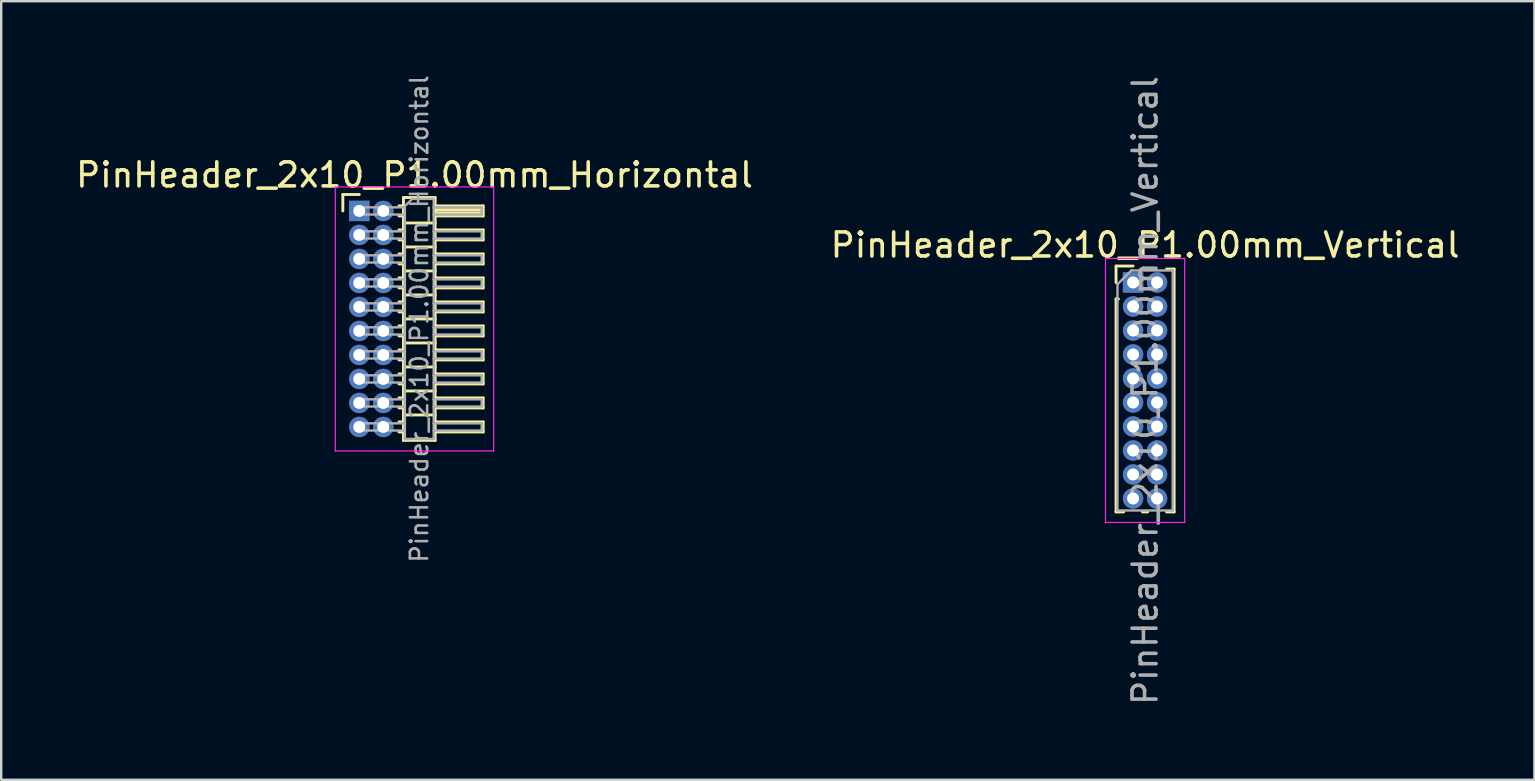
<source format=kicad_pcb>
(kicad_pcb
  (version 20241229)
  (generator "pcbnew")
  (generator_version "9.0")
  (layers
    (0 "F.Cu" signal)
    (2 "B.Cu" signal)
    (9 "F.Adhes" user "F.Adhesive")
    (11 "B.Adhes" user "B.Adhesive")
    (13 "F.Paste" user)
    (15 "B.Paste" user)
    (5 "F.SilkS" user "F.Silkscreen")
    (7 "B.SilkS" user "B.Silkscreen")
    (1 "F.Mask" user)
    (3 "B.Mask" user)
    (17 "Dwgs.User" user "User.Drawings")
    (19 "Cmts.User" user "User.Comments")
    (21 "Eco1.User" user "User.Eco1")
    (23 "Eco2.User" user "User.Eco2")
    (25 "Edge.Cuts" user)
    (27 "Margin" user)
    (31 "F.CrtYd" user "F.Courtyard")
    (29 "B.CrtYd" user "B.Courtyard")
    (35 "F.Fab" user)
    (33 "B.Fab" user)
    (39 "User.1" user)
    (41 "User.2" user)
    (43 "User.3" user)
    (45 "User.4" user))
  (footprint "PinHeader_2x10_P1.00mm_Horizontal"
    (layer "F.Cu")
    (at 11.92 5.739)
    (property "Reference" "PinHeader_2x10_P1.00mm_Horizontal" (at 2.3 -1.5 0) (layer "F.SilkS") (effects (font (size 1 1) (thickness 0.15))))
    (attr through_hole)
    (fp_line (start -0.685 -0.685) (end 0 -0.685) (stroke (width 0.12) (type solid)) (layer "F.SilkS"))
    (fp_line (start -0.685 0) (end -0.685 -0.685) (stroke (width 0.12) (type solid)) (layer "F.SilkS"))
    (fp_line (start 1.652 -0.21) (end 1.84 -0.21) (stroke (width 0.12) (type solid)) (layer "F.SilkS"))
    (fp_line (start 1.652 0.21) (end 1.84 0.21) (stroke (width 0.12) (type solid)) (layer "F.SilkS"))
    (fp_line (start 1.652 0.79) (end 1.84 0.79) (stroke (width 0.12) (type solid)) (layer "F.SilkS"))
    (fp_line (start 1.652 1.21) (end 1.84 1.21) (stroke (width 0.12) (type solid)) (layer "F.SilkS"))
    (fp_line (start 1.652 1.79) (end 1.84 1.79) (stroke (width 0.12) (type solid)) (layer "F.SilkS"))
    (fp_line (start 1.652 2.21) (end 1.84 2.21) (stroke (width 0.12) (type solid)) (layer "F.SilkS"))
    (fp_line (start 1.652 2.79) (end 1.84 2.79) (stroke (width 0.12) (type solid)) (layer "F.SilkS"))
    (fp_line (start 1.652 3.21) (end 1.84 3.21) (stroke (width 0.12) (type solid)) (layer "F.SilkS"))
    (fp_line (start 1.652 3.79) (end 1.84 3.79) (stroke (width 0.12) (type solid)) (layer "F.SilkS"))
    (fp_line (start 1.652 4.21) (end 1.84 4.21) (stroke (width 0.12) (type solid)) (layer "F.SilkS"))
    (fp_line (start 1.652 4.79) (end 1.84 4.79) (stroke (width 0.12) (type solid)) (layer "F.SilkS"))
    (fp_line (start 1.652 5.21) (end 1.84 5.21) (stroke (width 0.12) (type solid)) (layer "F.SilkS"))
    (fp_line (start 1.652 5.79) (end 1.84 5.79) (stroke (width 0.12) (type solid)) (layer "F.SilkS"))
    (fp_line (start 1.652 6.21) (end 1.84 6.21) (stroke (width 0.12) (type solid)) (layer "F.SilkS"))
    (fp_line (start 1.652 6.79) (end 1.84 6.79) (stroke (width 0.12) (type solid)) (layer "F.SilkS"))
    (fp_line (start 1.652 7.21) (end 1.84 7.21) (stroke (width 0.12) (type solid)) (layer "F.SilkS"))
    (fp_line (start 1.652 7.79) (end 1.84 7.79) (stroke (width 0.12) (type solid)) (layer "F.SilkS"))
    (fp_line (start 1.652 8.21) (end 1.84 8.21) (stroke (width 0.12) (type solid)) (layer "F.SilkS"))
    (fp_line (start 1.652 8.79) (end 1.84 8.79) (stroke (width 0.12) (type solid)) (layer "F.SilkS"))
    (fp_line (start 1.652 9.21) (end 1.84 9.21) (stroke (width 0.12) (type solid)) (layer "F.SilkS"))
    (fp_line (start 1.84 -0.56) (end 1.84 9.56) (stroke (width 0.12) (type solid)) (layer "F.SilkS"))
    (fp_line (start 1.84 0.5) (end 3.16 0.5) (stroke (width 0.12) (type solid)) (layer "F.SilkS"))
    (fp_line (start 1.84 1.5) (end 3.16 1.5) (stroke (width 0.12) (type solid)) (layer "F.SilkS"))
    (fp_line (start 1.84 2.5) (end 3.16 2.5) (stroke (width 0.12) (type solid)) (layer "F.SilkS"))
    (fp_line (start 1.84 3.5) (end 3.16 3.5) (stroke (width 0.12) (type solid)) (layer "F.SilkS"))
    (fp_line (start 1.84 4.5) (end 3.16 4.5) (stroke (width 0.12) (type solid)) (layer "F.SilkS"))
    (fp_line (start 1.84 5.5) (end 3.16 5.5) (stroke (width 0.12) (type solid)) (layer "F.SilkS"))
    (fp_line (start 1.84 6.5) (end 3.16 6.5) (stroke (width 0.12) (type solid)) (layer "F.SilkS"))
    (fp_line (start 1.84 7.5) (end 3.16 7.5) (stroke (width 0.12) (type solid)) (layer "F.SilkS"))
    (fp_line (start 1.84 8.5) (end 3.16 8.5) (stroke (width 0.12) (type solid)) (layer "F.SilkS"))
    (fp_line (start 1.84 9.56) (end 3.16 9.56) (stroke (width 0.12) (type solid)) (layer "F.SilkS"))
    (fp_line (start 3.16 -0.56) (end 1.84 -0.56) (stroke (width 0.12) (type solid)) (layer "F.SilkS"))
    (fp_line (start 3.16 -0.21) (end 5.16 -0.21) (stroke (width 0.12) (type solid)) (layer "F.SilkS"))
    (fp_line (start 3.16 -0.15) (end 5.16 -0.15) (stroke (width 0.12) (type solid)) (layer "F.SilkS"))
    (fp_line (start 3.16 -0.03) (end 5.16 -0.03) (stroke (width 0.12) (type solid)) (layer "F.SilkS"))
    (fp_line (start 3.16 0.09) (end 5.16 0.09) (stroke (width 0.12) (type solid)) (layer "F.SilkS"))
    (fp_line (start 3.16 0.79) (end 5.16 0.79) (stroke (width 0.12) (type solid)) (layer "F.SilkS"))
    (fp_line (start 3.16 1.79) (end 5.16 1.79) (stroke (width 0.12) (type solid)) (layer "F.SilkS"))
    (fp_line (start 3.16 2.79) (end 5.16 2.79) (stroke (width 0.12) (type solid)) (layer "F.SilkS"))
    (fp_line (start 3.16 3.79) (end 5.16 3.79) (stroke (width 0.12) (type solid)) (layer "F.SilkS"))
    (fp_line (start 3.16 4.79) (end 5.16 4.79) (stroke (width 0.12) (type solid)) (layer "F.SilkS"))
    (fp_line (start 3.16 5.79) (end 5.16 5.79) (stroke (width 0.12) (type solid)) (layer "F.SilkS"))
    (fp_line (start 3.16 6.79) (end 5.16 6.79) (stroke (width 0.12) (type solid)) (layer "F.SilkS"))
    (fp_line (start 3.16 7.79) (end 5.16 7.79) (stroke (width 0.12) (type solid)) (layer "F.SilkS"))
    (fp_line (start 3.16 8.79) (end 5.16 8.79) (stroke (width 0.12) (type solid)) (layer "F.SilkS"))
    (fp_line (start 3.16 9.56) (end 3.16 -0.56) (stroke (width 0.12) (type solid)) (layer "F.SilkS"))
    (fp_line (start 5.16 -0.21) (end 5.16 0.21) (stroke (width 0.12) (type solid)) (layer "F.SilkS"))
    (fp_line (start 5.16 0.21) (end 3.16 0.21) (stroke (width 0.12) (type solid)) (layer "F.SilkS"))
    (fp_line (start 5.16 0.79) (end 5.16 1.21) (stroke (width 0.12) (type solid)) (layer "F.SilkS"))
    (fp_line (start 5.16 1.21) (end 3.16 1.21) (stroke (width 0.12) (type solid)) (layer "F.SilkS"))
    (fp_line (start 5.16 1.79) (end 5.16 2.21) (stroke (width 0.12) (type solid)) (layer "F.SilkS"))
    (fp_line (start 5.16 2.21) (end 3.16 2.21) (stroke (width 0.12) (type solid)) (layer "F.SilkS"))
    (fp_line (start 5.16 2.79) (end 5.16 3.21) (stroke (width 0.12) (type solid)) (layer "F.SilkS"))
    (fp_line (start 5.16 3.21) (end 3.16 3.21) (stroke (width 0.12) (type solid)) (layer "F.SilkS"))
    (fp_line (start 5.16 3.79) (end 5.16 4.21) (stroke (width 0.12) (type solid)) (layer "F.SilkS"))
    (fp_line (start 5.16 4.21) (end 3.16 4.21) (stroke (width 0.12) (type solid)) (layer "F.SilkS"))
    (fp_line (start 5.16 4.79) (end 5.16 5.21) (stroke (width 0.12) (type solid)) (layer "F.SilkS"))
    (fp_line (start 5.16 5.21) (end 3.16 5.21) (stroke (width 0.12) (type solid)) (layer "F.SilkS"))
    (fp_line (start 5.16 5.79) (end 5.16 6.21) (stroke (width 0.12) (type solid)) (layer "F.SilkS"))
    (fp_line (start 5.16 6.21) (end 3.16 6.21) (stroke (width 0.12) (type solid)) (layer "F.SilkS"))
    (fp_line (start 5.16 6.79) (end 5.16 7.21) (stroke (width 0.12) (type solid)) (layer "F.SilkS"))
    (fp_line (start 5.16 7.21) (end 3.16 7.21) (stroke (width 0.12) (type solid)) (layer "F.SilkS"))
    (fp_line (start 5.16 7.79) (end 5.16 8.21) (stroke (width 0.12) (type solid)) (layer "F.SilkS"))
    (fp_line (start 5.16 8.21) (end 3.16 8.21) (stroke (width 0.12) (type solid)) (layer "F.SilkS"))
    (fp_line (start 5.16 8.79) (end 5.16 9.21) (stroke (width 0.12) (type solid)) (layer "F.SilkS"))
    (fp_line (start 5.16 9.21) (end 3.16 9.21) (stroke (width 0.12) (type solid)) (layer "F.SilkS"))
    (fp_line (start -1 -1) (end -1 10) (stroke (width 0.05) (type solid)) (layer "F.CrtYd"))
    (fp_line (start -1 10) (end 5.6 10) (stroke (width 0.05) (type solid)) (layer "F.CrtYd"))
    (fp_line (start 5.6 -1) (end -1 -1) (stroke (width 0.05) (type solid)) (layer "F.CrtYd"))
    (fp_line (start 5.6 10) (end 5.6 -1) (stroke (width 0.05) (type solid)) (layer "F.CrtYd"))
    (fp_line (start -0.15 -0.15) (end -0.15 0.15) (stroke (width 0.1) (type solid)) (layer "F.Fab"))
    (fp_line (start -0.15 -0.15) (end 1.9 -0.15) (stroke (width 0.1) (type solid)) (layer "F.Fab"))
    (fp_line (start -0.15 0.15) (end 1.9 0.15) (stroke (width 0.1) (type solid)) (layer "F.Fab"))
    (fp_line (start -0.15 0.85) (end -0.15 1.15) (stroke (width 0.1) (type solid)) (layer "F.Fab"))
    (fp_line (start -0.15 0.85) (end 1.9 0.85) (stroke (width 0.1) (type solid)) (layer "F.Fab"))
    (fp_line (start -0.15 1.15) (end 1.9 1.15) (stroke (width 0.1) (type solid)) (layer "F.Fab"))
    (fp_line (start -0.15 1.85) (end -0.15 2.15) (stroke (width 0.1) (type solid)) (layer "F.Fab"))
    (fp_line (start -0.15 1.85) (end 1.9 1.85) (stroke (width 0.1) (type solid)) (layer "F.Fab"))
    (fp_line (start -0.15 2.15) (end 1.9 2.15) (stroke (width 0.1) (type solid)) (layer "F.Fab"))
    (fp_line (start -0.15 2.85) (end -0.15 3.15) (stroke (width 0.1) (type solid)) (layer "F.Fab"))
    (fp_line (start -0.15 2.85) (end 1.9 2.85) (stroke (width 0.1) (type solid)) (layer "F.Fab"))
    (fp_line (start -0.15 3.15) (end 1.9 3.15) (stroke (width 0.1) (type solid)) (layer "F.Fab"))
    (fp_line (start -0.15 3.85) (end -0.15 4.15) (stroke (width 0.1) (type solid)) (layer "F.Fab"))
    (fp_line (start -0.15 3.85) (end 1.9 3.85) (stroke (width 0.1) (type solid)) (layer "F.Fab"))
    (fp_line (start -0.15 4.15) (end 1.9 4.15) (stroke (width 0.1) (type solid)) (layer "F.Fab"))
    (fp_line (start -0.15 4.85) (end -0.15 5.15) (stroke (width 0.1) (type solid)) (layer "F.Fab"))
    (fp_line (start -0.15 4.85) (end 1.9 4.85) (stroke (width 0.1) (type solid)) (layer "F.Fab"))
    (fp_line (start -0.15 5.15) (end 1.9 5.15) (stroke (width 0.1) (type solid)) (layer "F.Fab"))
    (fp_line (start -0.15 5.85) (end -0.15 6.15) (stroke (width 0.1) (type solid)) (layer "F.Fab"))
    (fp_line (start -0.15 5.85) (end 1.9 5.85) (stroke (width 0.1) (type solid)) (layer "F.Fab"))
    (fp_line (start -0.15 6.15) (end 1.9 6.15) (stroke (width 0.1) (type solid)) (layer "F.Fab"))
    (fp_line (start -0.15 6.85) (end -0.15 7.15) (stroke (width 0.1) (type solid)) (layer "F.Fab"))
    (fp_line (start -0.15 6.85) (end 1.9 6.85) (stroke (width 0.1) (type solid)) (layer "F.Fab"))
    (fp_line (start -0.15 7.15) (end 1.9 7.15) (stroke (width 0.1) (type solid)) (layer "F.Fab"))
    (fp_line (start -0.15 7.85) (end -0.15 8.15) (stroke (width 0.1) (type solid)) (layer "F.Fab"))
    (fp_line (start -0.15 7.85) (end 1.9 7.85) (stroke (width 0.1) (type solid)) (layer "F.Fab"))
    (fp_line (start -0.15 8.15) (end 1.9 8.15) (stroke (width 0.1) (type solid)) (layer "F.Fab"))
    (fp_line (start -0.15 8.85) (end -0.15 9.15) (stroke (width 0.1) (type solid)) (layer "F.Fab"))
    (fp_line (start -0.15 8.85) (end 1.9 8.85) (stroke (width 0.1) (type solid)) (layer "F.Fab"))
    (fp_line (start -0.15 9.15) (end 1.9 9.15) (stroke (width 0.1) (type solid)) (layer "F.Fab"))
    (fp_line (start 1.9 -0.2) (end 2.2 -0.5) (stroke (width 0.1) (type solid)) (layer "F.Fab"))
    (fp_line (start 1.9 9.5) (end 1.9 -0.2) (stroke (width 0.1) (type solid)) (layer "F.Fab"))
    (fp_line (start 2.2 -0.5) (end 3.1 -0.5) (stroke (width 0.1) (type solid)) (layer "F.Fab"))
    (fp_line (start 3.1 -0.5) (end 3.1 9.5) (stroke (width 0.1) (type solid)) (layer "F.Fab"))
    (fp_line (start 3.1 -0.15) (end 5.1 -0.15) (stroke (width 0.1) (type solid)) (layer "F.Fab"))
    (fp_line (start 3.1 0.15) (end 5.1 0.15) (stroke (width 0.1) (type solid)) (layer "F.Fab"))
    (fp_line (start 3.1 0.85) (end 5.1 0.85) (stroke (width 0.1) (type solid)) (layer "F.Fab"))
    (fp_line (start 3.1 1.15) (end 5.1 1.15) (stroke (width 0.1) (type solid)) (layer "F.Fab"))
    (fp_line (start 3.1 1.85) (end 5.1 1.85) (stroke (width 0.1) (type solid)) (layer "F.Fab"))
    (fp_line (start 3.1 2.15) (end 5.1 2.15) (stroke (width 0.1) (type solid)) (layer "F.Fab"))
    (fp_line (start 3.1 2.85) (end 5.1 2.85) (stroke (width 0.1) (type solid)) (layer "F.Fab"))
    (fp_line (start 3.1 3.15) (end 5.1 3.15) (stroke (width 0.1) (type solid)) (layer "F.Fab"))
    (fp_line (start 3.1 3.85) (end 5.1 3.85) (stroke (width 0.1) (type solid)) (layer "F.Fab"))
    (fp_line (start 3.1 4.15) (end 5.1 4.15) (stroke (width 0.1) (type solid)) (layer "F.Fab"))
    (fp_line (start 3.1 4.85) (end 5.1 4.85) (stroke (width 0.1) (type solid)) (layer "F.Fab"))
    (fp_line (start 3.1 5.15) (end 5.1 5.15) (stroke (width 0.1) (type solid)) (layer "F.Fab"))
    (fp_line (start 3.1 5.85) (end 5.1 5.85) (stroke (width 0.1) (type solid)) (layer "F.Fab"))
    (fp_line (start 3.1 6.15) (end 5.1 6.15) (stroke (width 0.1) (type solid)) (layer "F.Fab"))
    (fp_line (start 3.1 6.85) (end 5.1 6.85) (stroke (width 0.1) (type solid)) (layer "F.Fab"))
    (fp_line (start 3.1 7.15) (end 5.1 7.15) (stroke (width 0.1) (type solid)) (layer "F.Fab"))
    (fp_line (start 3.1 7.85) (end 5.1 7.85) (stroke (width 0.1) (type solid)) (layer "F.Fab"))
    (fp_line (start 3.1 8.15) (end 5.1 8.15) (stroke (width 0.1) (type solid)) (layer "F.Fab"))
    (fp_line (start 3.1 8.85) (end 5.1 8.85) (stroke (width 0.1) (type solid)) (layer "F.Fab"))
    (fp_line (start 3.1 9.15) (end 5.1 9.15) (stroke (width 0.1) (type solid)) (layer "F.Fab"))
    (fp_line (start 3.1 9.5) (end 1.9 9.5) (stroke (width 0.1) (type solid)) (layer "F.Fab"))
    (fp_line (start 5.1 -0.15) (end 5.1 0.15) (stroke (width 0.1) (type solid)) (layer "F.Fab"))
    (fp_line (start 5.1 0.85) (end 5.1 1.15) (stroke (width 0.1) (type solid)) (layer "F.Fab"))
    (fp_line (start 5.1 1.85) (end 5.1 2.15) (stroke (width 0.1) (type solid)) (layer "F.Fab"))
    (fp_line (start 5.1 2.85) (end 5.1 3.15) (stroke (width 0.1) (type solid)) (layer "F.Fab"))
    (fp_line (start 5.1 3.85) (end 5.1 4.15) (stroke (width 0.1) (type solid)) (layer "F.Fab"))
    (fp_line (start 5.1 4.85) (end 5.1 5.15) (stroke (width 0.1) (type solid)) (layer "F.Fab"))
    (fp_line (start 5.1 5.85) (end 5.1 6.15) (stroke (width 0.1) (type solid)) (layer "F.Fab"))
    (fp_line (start 5.1 6.85) (end 5.1 7.15) (stroke (width 0.1) (type solid)) (layer "F.Fab"))
    (fp_line (start 5.1 7.85) (end 5.1 8.15) (stroke (width 0.1) (type solid)) (layer "F.Fab"))
    (fp_line (start 5.1 8.85) (end 5.1 9.15) (stroke (width 0.1) (type solid)) (layer "F.Fab"))
    (fp_text user "${REFERENCE}" (at 2.5 4.5 90) (layer "F.Fab") (effects (font (size 0.72 0.72) (thickness 0.108))))
    (pad "1" thru_hole rect (at 0 0) (size 0.85 0.85) (drill 0.5) (layers "*.Cu" "*.Mask"))
    (pad "2" thru_hole oval (at 1 0) (size 0.85 0.85) (drill 0.5) (layers "*.Cu" "*.Mask"))
    (pad "3" thru_hole oval (at 0 1) (size 0.85 0.85) (drill 0.5) (layers "*.Cu" "*.Mask"))
    (pad "4" thru_hole oval (at 1 1) (size 0.85 0.85) (drill 0.5) (layers "*.Cu" "*.Mask"))
    (pad "5" thru_hole oval (at 0 2) (size 0.85 0.85) (drill 0.5) (layers "*.Cu" "*.Mask"))
    (pad "6" thru_hole oval (at 1 2) (size 0.85 0.85) (drill 0.5) (layers "*.Cu" "*.Mask"))
    (pad "7" thru_hole oval (at 0 3) (size 0.85 0.85) (drill 0.5) (layers "*.Cu" "*.Mask"))
    (pad "8" thru_hole oval (at 1 3) (size 0.85 0.85) (drill 0.5) (layers "*.Cu" "*.Mask"))
    (pad "9" thru_hole oval (at 0 4) (size 0.85 0.85) (drill 0.5) (layers "*.Cu" "*.Mask"))
    (pad "10" thru_hole oval (at 1 4) (size 0.85 0.85) (drill 0.5) (layers "*.Cu" "*.Mask"))
    (pad "11" thru_hole oval (at 0 5) (size 0.85 0.85) (drill 0.5) (layers "*.Cu" "*.Mask"))
    (pad "12" thru_hole oval (at 1 5) (size 0.85 0.85) (drill 0.5) (layers "*.Cu" "*.Mask"))
    (pad "13" thru_hole oval (at 0 6) (size 0.85 0.85) (drill 0.5) (layers "*.Cu" "*.Mask"))
    (pad "14" thru_hole oval (at 1 6) (size 0.85 0.85) (drill 0.5) (layers "*.Cu" "*.Mask"))
    (pad "15" thru_hole oval (at 0 7) (size 0.85 0.85) (drill 0.5) (layers "*.Cu" "*.Mask"))
    (pad "16" thru_hole oval (at 1 7) (size 0.85 0.85) (drill 0.5) (layers "*.Cu" "*.Mask"))
    (pad "17" thru_hole oval (at 0 8) (size 0.85 0.85) (drill 0.5) (layers "*.Cu" "*.Mask"))
    (pad "18" thru_hole oval (at 1 8) (size 0.85 0.85) (drill 0.5) (layers "*.Cu" "*.Mask"))
    (pad "19" thru_hole oval (at 0 9) (size 0.85 0.85) (drill 0.5) (layers "*.Cu" "*.Mask"))
    (pad "20" thru_hole oval (at 1 9) (size 0.85 0.85) (drill 0.5) (layers "*.Cu" "*.Mask")))
  (footprint "PinHeader_2x10_P1.00mm_Vertical"
    (layer "F.Cu")
    (at 44.161 8.72)
    (property "Reference" "PinHeader_2x10_P1.00mm_Vertical" (at 0.5 -1.56 0) (layer "F.SilkS") (effects (font (size 1 1) (thickness 0.15))))
    (attr through_hole)
    (fp_line (start -0.71 -0.685) (end 0 -0.685) (stroke (width 0.12) (type solid)) (layer "F.SilkS"))
    (fp_line (start -0.71 0) (end -0.71 -0.685) (stroke (width 0.12) (type solid)) (layer "F.SilkS"))
    (fp_line (start -0.71 0.685) (end -0.71 9.56) (stroke (width 0.12) (type solid)) (layer "F.SilkS"))
    (fp_line (start -0.71 0.685) (end -0.608 0.685) (stroke (width 0.12) (type solid)) (layer "F.SilkS"))
    (fp_line (start -0.71 9.56) (end -0.394 9.56) (stroke (width 0.12) (type solid)) (layer "F.SilkS"))
    (fp_line (start 0.394 9.56) (end 0.606 9.56) (stroke (width 0.12) (type solid)) (layer "F.SilkS"))
    (fp_line (start 1.394 -0.56) (end 1.71 -0.56) (stroke (width 0.12) (type solid)) (layer "F.SilkS"))
    (fp_line (start 1.394 9.56) (end 1.71 9.56) (stroke (width 0.12) (type solid)) (layer "F.SilkS"))
    (fp_line (start 1.71 -0.56) (end 1.71 9.56) (stroke (width 0.12) (type solid)) (layer "F.SilkS"))
    (fp_line (start -1.15 -1) (end -1.15 10) (stroke (width 0.05) (type solid)) (layer "F.CrtYd"))
    (fp_line (start -1.15 10) (end 2.15 10) (stroke (width 0.05) (type solid)) (layer "F.CrtYd"))
    (fp_line (start 2.15 -1) (end -1.15 -1) (stroke (width 0.05) (type solid)) (layer "F.CrtYd"))
    (fp_line (start 2.15 10) (end 2.15 -1) (stroke (width 0.05) (type solid)) (layer "F.CrtYd"))
    (fp_line (start -0.65 0.075) (end -0.075 -0.5) (stroke (width 0.1) (type solid)) (layer "F.Fab"))
    (fp_line (start -0.65 9.5) (end -0.65 0.075) (stroke (width 0.1) (type solid)) (layer "F.Fab"))
    (fp_line (start -0.075 -0.5) (end 1.65 -0.5) (stroke (width 0.1) (type solid)) (layer "F.Fab"))
    (fp_line (start 1.65 -0.5) (end 1.65 9.5) (stroke (width 0.1) (type solid)) (layer "F.Fab"))
    (fp_line (start 1.65 9.5) (end -0.65 9.5) (stroke (width 0.1) (type solid)) (layer "F.Fab"))
    (fp_text user "${REFERENCE}" (at 0.5 4.5 90) (layer "F.Fab") (effects (font (size 1 1) (thickness 0.15))))
    (pad "1" thru_hole rect (at 0 0) (size 0.85 0.85) (drill 0.5) (layers "*.Cu" "*.Mask"))
    (pad "2" thru_hole oval (at 1 0) (size 0.85 0.85) (drill 0.5) (layers "*.Cu" "*.Mask"))
    (pad "3" thru_hole oval (at 0 1) (size 0.85 0.85) (drill 0.5) (layers "*.Cu" "*.Mask"))
    (pad "4" thru_hole oval (at 1 1) (size 0.85 0.85) (drill 0.5) (layers "*.Cu" "*.Mask"))
    (pad "5" thru_hole oval (at 0 2) (size 0.85 0.85) (drill 0.5) (layers "*.Cu" "*.Mask"))
    (pad "6" thru_hole oval (at 1 2) (size 0.85 0.85) (drill 0.5) (layers "*.Cu" "*.Mask"))
    (pad "7" thru_hole oval (at 0 3) (size 0.85 0.85) (drill 0.5) (layers "*.Cu" "*.Mask"))
    (pad "8" thru_hole oval (at 1 3) (size 0.85 0.85) (drill 0.5) (layers "*.Cu" "*.Mask"))
    (pad "9" thru_hole oval (at 0 4) (size 0.85 0.85) (drill 0.5) (layers "*.Cu" "*.Mask"))
    (pad "10" thru_hole oval (at 1 4) (size 0.85 0.85) (drill 0.5) (layers "*.Cu" "*.Mask"))
    (pad "11" thru_hole oval (at 0 5) (size 0.85 0.85) (drill 0.5) (layers "*.Cu" "*.Mask"))
    (pad "12" thru_hole oval (at 1 5) (size 0.85 0.85) (drill 0.5) (layers "*.Cu" "*.Mask"))
    (pad "13" thru_hole oval (at 0 6) (size 0.85 0.85) (drill 0.5) (layers "*.Cu" "*.Mask"))
    (pad "14" thru_hole oval (at 1 6) (size 0.85 0.85) (drill 0.5) (layers "*.Cu" "*.Mask"))
    (pad "15" thru_hole oval (at 0 7) (size 0.85 0.85) (drill 0.5) (layers "*.Cu" "*.Mask"))
    (pad "16" thru_hole oval (at 1 7) (size 0.85 0.85) (drill 0.5) (layers "*.Cu" "*.Mask"))
    (pad "17" thru_hole oval (at 0 8) (size 0.85 0.85) (drill 0.5) (layers "*.Cu" "*.Mask"))
    (pad "18" thru_hole oval (at 1 8) (size 0.85 0.85) (drill 0.5) (layers "*.Cu" "*.Mask"))
    (pad "19" thru_hole oval (at 0 9) (size 0.85 0.85) (drill 0.5) (layers "*.Cu" "*.Mask"))
    (pad "20" thru_hole oval (at 1 9) (size 0.85 0.85) (drill 0.5) (layers "*.Cu" "*.Mask")))
  (gr_rect
    (start -3 -3)
    (end 60.881 29.44)
    (stroke (width 0.1) (type default))
    (fill no)
    (layer "Edge.Cuts")))
</source>
